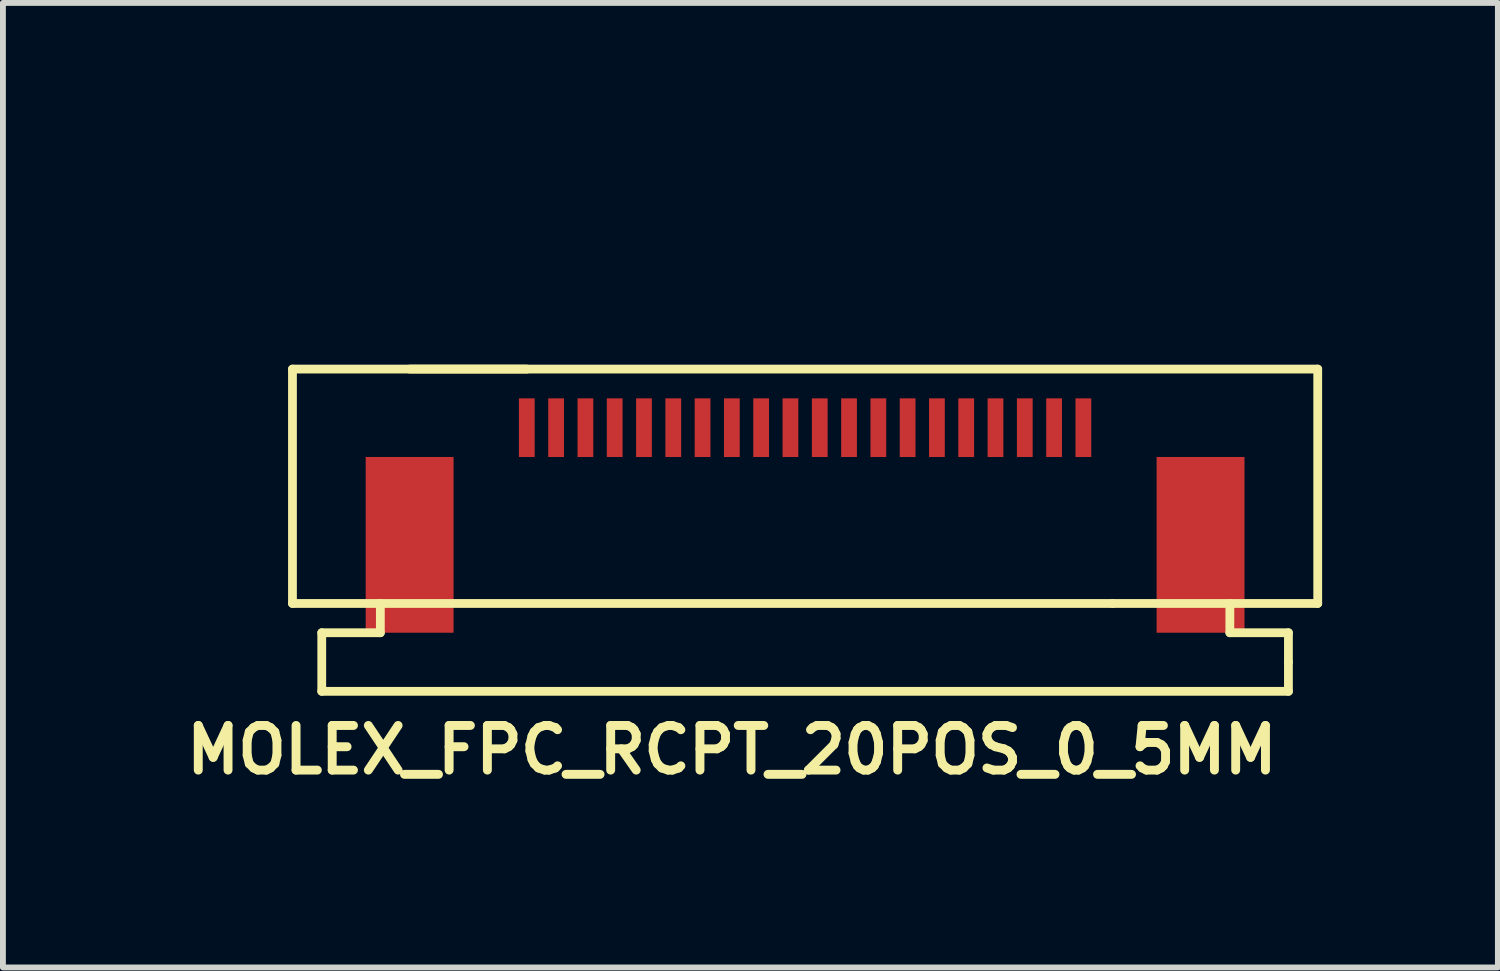
<source format=kicad_pcb>
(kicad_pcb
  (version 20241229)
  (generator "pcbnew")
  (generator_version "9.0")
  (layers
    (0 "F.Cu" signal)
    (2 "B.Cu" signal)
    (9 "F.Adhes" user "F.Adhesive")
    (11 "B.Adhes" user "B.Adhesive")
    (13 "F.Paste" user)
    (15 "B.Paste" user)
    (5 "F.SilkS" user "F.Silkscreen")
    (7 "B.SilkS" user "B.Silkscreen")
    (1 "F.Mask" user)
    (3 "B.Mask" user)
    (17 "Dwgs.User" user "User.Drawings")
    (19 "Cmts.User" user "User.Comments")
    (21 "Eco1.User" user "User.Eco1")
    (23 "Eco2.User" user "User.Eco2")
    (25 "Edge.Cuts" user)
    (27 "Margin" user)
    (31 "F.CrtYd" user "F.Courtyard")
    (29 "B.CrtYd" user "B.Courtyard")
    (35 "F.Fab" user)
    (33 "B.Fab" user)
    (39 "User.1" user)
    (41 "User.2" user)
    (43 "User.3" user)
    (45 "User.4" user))
  (footprint "MOLEX_FPC_RCPT_20POS_0_5MM"
    (layer "F.Cu")
    (at 5.442 0.25)
    (property "Reference" "MOLEX_FPC_RCPT_20POS_0_5MM" (at 4 9.5 0) (layer "F.SilkS") (effects (font (size 0.762 0.762) (thickness 0.152))))
    (attr smd)
    (fp_line (start -3.5 3) (end -3.5 7) (stroke (width 0.15) (type solid)) (layer "F.SilkS"))
    (fp_line (start -3.5 7) (end 10.5 7) (stroke (width 0.15) (type solid)) (layer "F.SilkS"))
    (fp_line (start -3 7.5) (end -3 8.5) (stroke (width 0.15) (type solid)) (layer "F.SilkS"))
    (fp_line (start -3 8.5) (end 13.5 8.5) (stroke (width 0.15) (type solid)) (layer "F.SilkS"))
    (fp_line (start -2 7) (end -2 7.5) (stroke (width 0.15) (type solid)) (layer "F.SilkS"))
    (fp_line (start -2 7.5) (end -3 7.5) (stroke (width 0.15) (type solid)) (layer "F.SilkS"))
    (fp_line (start -1.5 3) (end 14 3) (stroke (width 0.15) (type solid)) (layer "F.SilkS"))
    (fp_line (start 0.5 3) (end -3.5 3) (stroke (width 0.15) (type solid)) (layer "F.SilkS"))
    (fp_line (start 12.5 7.5) (end 12.5 7) (stroke (width 0.15) (type solid)) (layer "F.SilkS"))
    (fp_line (start 13.5 7.5) (end 12.5 7.5) (stroke (width 0.15) (type solid)) (layer "F.SilkS"))
    (fp_line (start 13.5 8) (end 13.5 7.5) (stroke (width 0.15) (type solid)) (layer "F.SilkS"))
    (fp_line (start 13.5 8.5) (end 13.5 8) (stroke (width 0.15) (type solid)) (layer "F.SilkS"))
    (fp_line (start 14 3) (end 14 7) (stroke (width 0.15) (type solid)) (layer "F.SilkS"))
    (fp_line (start 14 7) (end 10.5 7) (stroke (width 0.15) (type solid)) (layer "F.SilkS"))
    (pad "1" smd rect (at 10 4 180) (size 0.269 1.001) (layers "F.Cu" "F.Mask" "F.Paste"))
    (pad "2" smd rect (at 9.5 4 180) (size 0.269 1.001) (layers "F.Cu" "F.Mask" "F.Paste"))
    (pad "3" smd rect (at 9 4 180) (size 0.269 1.001) (layers "F.Cu" "F.Mask" "F.Paste"))
    (pad "4" smd rect (at 8.5 4 180) (size 0.269 1.001) (layers "F.Cu" "F.Mask" "F.Paste"))
    (pad "5" smd rect (at 8 4 180) (size 0.269 1.001) (layers "F.Cu" "F.Mask" "F.Paste"))
    (pad "6" smd rect (at 7.5 4 180) (size 0.269 1.001) (layers "F.Cu" "F.Mask" "F.Paste"))
    (pad "7" smd rect (at 7 4 180) (size 0.269 1.001) (layers "F.Cu" "F.Mask" "F.Paste"))
    (pad "8" smd rect (at 6.5 4 180) (size 0.269 1.001) (layers "F.Cu" "F.Mask" "F.Paste"))
    (pad "9" smd rect (at 6 4 180) (size 0.269 1.001) (layers "F.Cu" "F.Mask" "F.Paste"))
    (pad "10" smd rect (at 5.5 4 180) (size 0.269 1.001) (layers "F.Cu" "F.Mask" "F.Paste"))
    (pad "11" smd rect (at 5 4 180) (size 0.269 1.001) (layers "F.Cu" "F.Mask" "F.Paste"))
    (pad "12" smd rect (at 4.5 4 180) (size 0.269 1.001) (layers "F.Cu" "F.Mask" "F.Paste"))
    (pad "13" smd rect (at 4 4 180) (size 0.269 1.001) (layers "F.Cu" "F.Mask" "F.Paste"))
    (pad "14" smd rect (at 3.5 4 180) (size 0.269 1.001) (layers "F.Cu" "F.Mask" "F.Paste"))
    (pad "15" smd rect (at 3 4 180) (size 0.269 1.001) (layers "F.Cu" "F.Mask" "F.Paste"))
    (pad "16" smd rect (at 2.5 4 180) (size 0.269 1.001) (layers "F.Cu" "F.Mask" "F.Paste"))
    (pad "17" smd rect (at 2 4 180) (size 0.269 1.001) (layers "F.Cu" "F.Mask" "F.Paste"))
    (pad "18" smd rect (at 1.5 4 180) (size 0.269 1.001) (layers "F.Cu" "F.Mask" "F.Paste"))
    (pad "19" smd rect (at 1 4 180) (size 0.269 1.001) (layers "F.Cu" "F.Mask" "F.Paste"))
    (pad "20" smd rect (at 0.5 4 180) (size 0.269 1.001) (layers "F.Cu" "F.Mask" "F.Paste"))
    (pad "M1" smd rect (at -1.5 6) (size 1.5 3) (layers "F.Cu" "F.Mask" "F.Paste"))
    (pad "M2" smd rect (at 12 6) (size 1.5 3) (layers "F.Cu" "F.Mask" "F.Paste")))
  (gr_rect
    (start -3 -3)
    (end 22.517 13.463)
    (stroke (width 0.1) (type default))
    (fill no)
    (layer "Edge.Cuts")))
</source>
